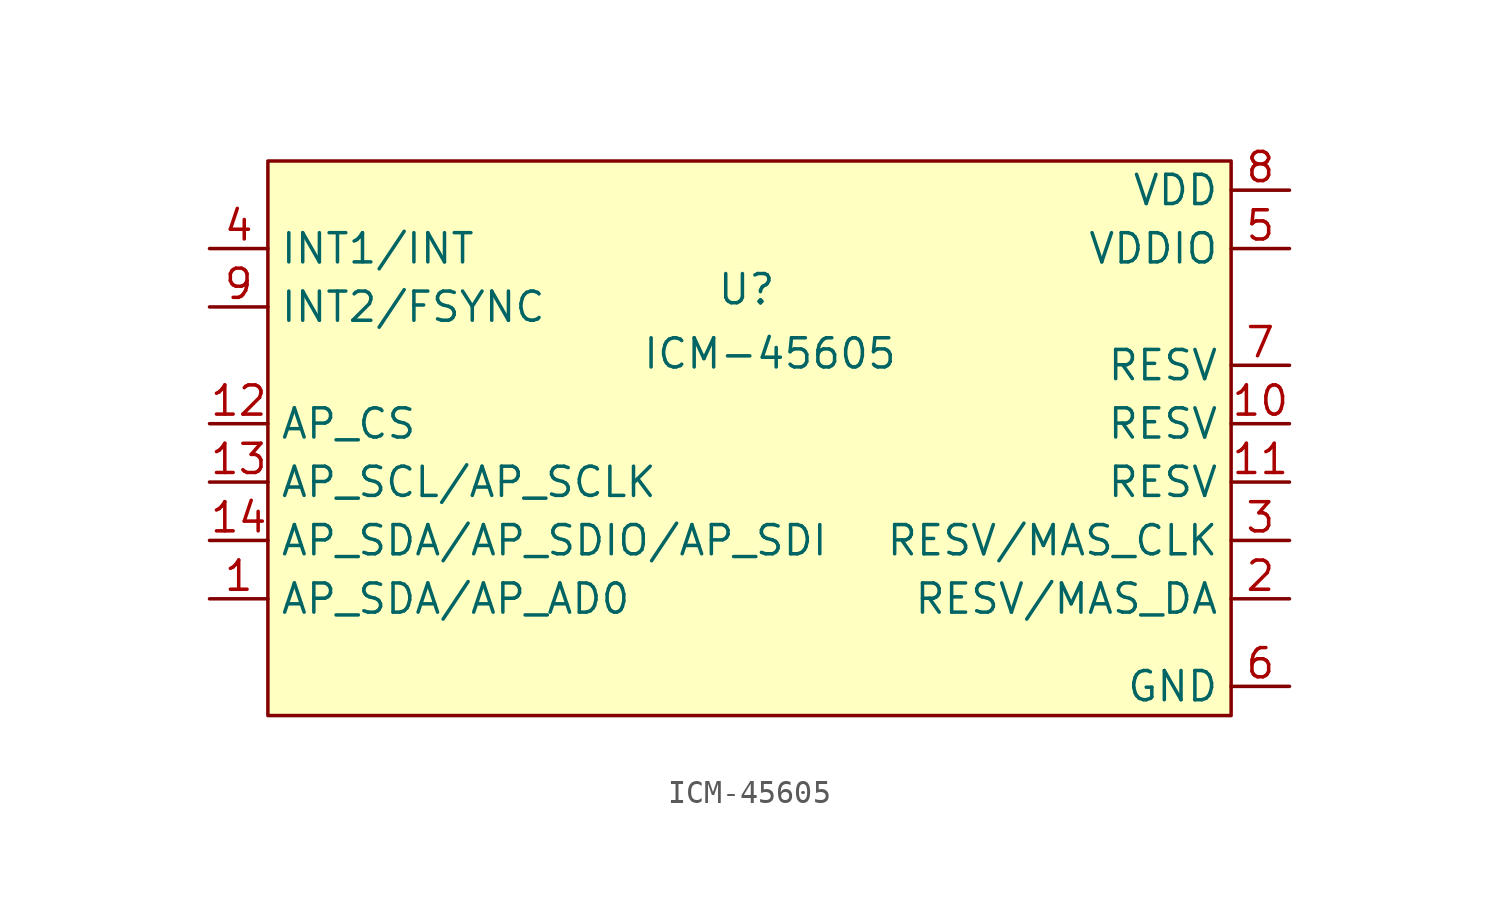
<source format=kicad_sym>
(kicad_symbol_lib
  (version 20241209)
  (generator "kicad_symbol_editor")
  (generator_version "9.0")
  (symbol "ICM-45605"
    (property "Reference" "U"
      (at -4.572 4.572 0)
      (effects (font (size 1.27 1.27))))
    (property "Value" "ICM-45605"
      (at -3.556 1.778 0)
      (effects (font (size 1.27 1.27))))
    (symbol "ICM-45605_1_1"
      (rectangle (start -25.4 10.16) (end 16.51 -13.97) (stroke (width 0) (type solid)) (fill (type background)))
      (pin input line (at -27.94 6.35 0) (length 2.54) (name "INT1/INT" (effects (font (size 1.27 1.27)))) (number "4" (effects (font (size 1.27 1.27)))))
      (pin input line (at -27.94 3.81 0) (length 2.54) (name "INT2/FSYNC" (effects (font (size 1.27 1.27)))) (number "9" (effects (font (size 1.27 1.27)))))
      (pin input line (at -27.94 -1.27 0) (length 2.54) (name "AP_CS" (effects (font (size 1.27 1.27)))) (number "12" (effects (font (size 1.27 1.27)))))
      (pin input line (at -27.94 -3.81 0) (length 2.54) (name "AP_SCL/AP_SCLK" (effects (font (size 1.27 1.27)))) (number "13" (effects (font (size 1.27 1.27)))))
      (pin input line (at -27.94 -6.35 0) (length 2.54) (name "AP_SDA/AP_SDIO/AP_SDI" (effects (font (size 1.27 1.27)))) (number "14" (effects (font (size 1.27 1.27)))))
      (pin input line (at -27.94 -8.89 0) (length 2.54) (name "AP_SDA/AP_AD0" (effects (font (size 1.27 1.27)))) (number "1" (effects (font (size 1.27 1.27)))))
      (pin input line (at 19.05 8.89 180) (length 2.54) (name "VDD" (effects (font (size 1.27 1.27)))) (number "8" (effects (font (size 1.27 1.27)))))
      (pin input line (at 19.05 6.35 180) (length 2.54) (name "VDDIO" (effects (font (size 1.27 1.27)))) (number "5" (effects (font (size 1.27 1.27)))))
      (pin input line (at 19.05 1.27 180) (length 2.54) (name "RESV" (effects (font (size 1.27 1.27)))) (number "7" (effects (font (size 1.27 1.27)))))
      (pin input line (at 19.05 -1.27 180) (length 2.54) (name "RESV" (effects (font (size 1.27 1.27)))) (number "10" (effects (font (size 1.27 1.27)))))
      (pin input line (at 19.05 -3.81 180) (length 2.54) (name "RESV" (effects (font (size 1.27 1.27)))) (number "11" (effects (font (size 1.27 1.27)))))
      (pin input line (at 19.05 -6.35 180) (length 2.54) (name "RESV/MAS_CLK" (effects (font (size 1.27 1.27)))) (number "3" (effects (font (size 1.27 1.27)))))
      (pin input line (at 19.05 -8.89 180) (length 2.54) (name "RESV/MAS_DA" (effects (font (size 1.27 1.27)))) (number "2" (effects (font (size 1.27 1.27)))))
      (pin input line (at 19.05 -12.7 180) (length 2.54) (name "GND" (effects (font (size 1.27 1.27)))) (number "6" (effects (font (size 1.27 1.27))))))))
</source>
